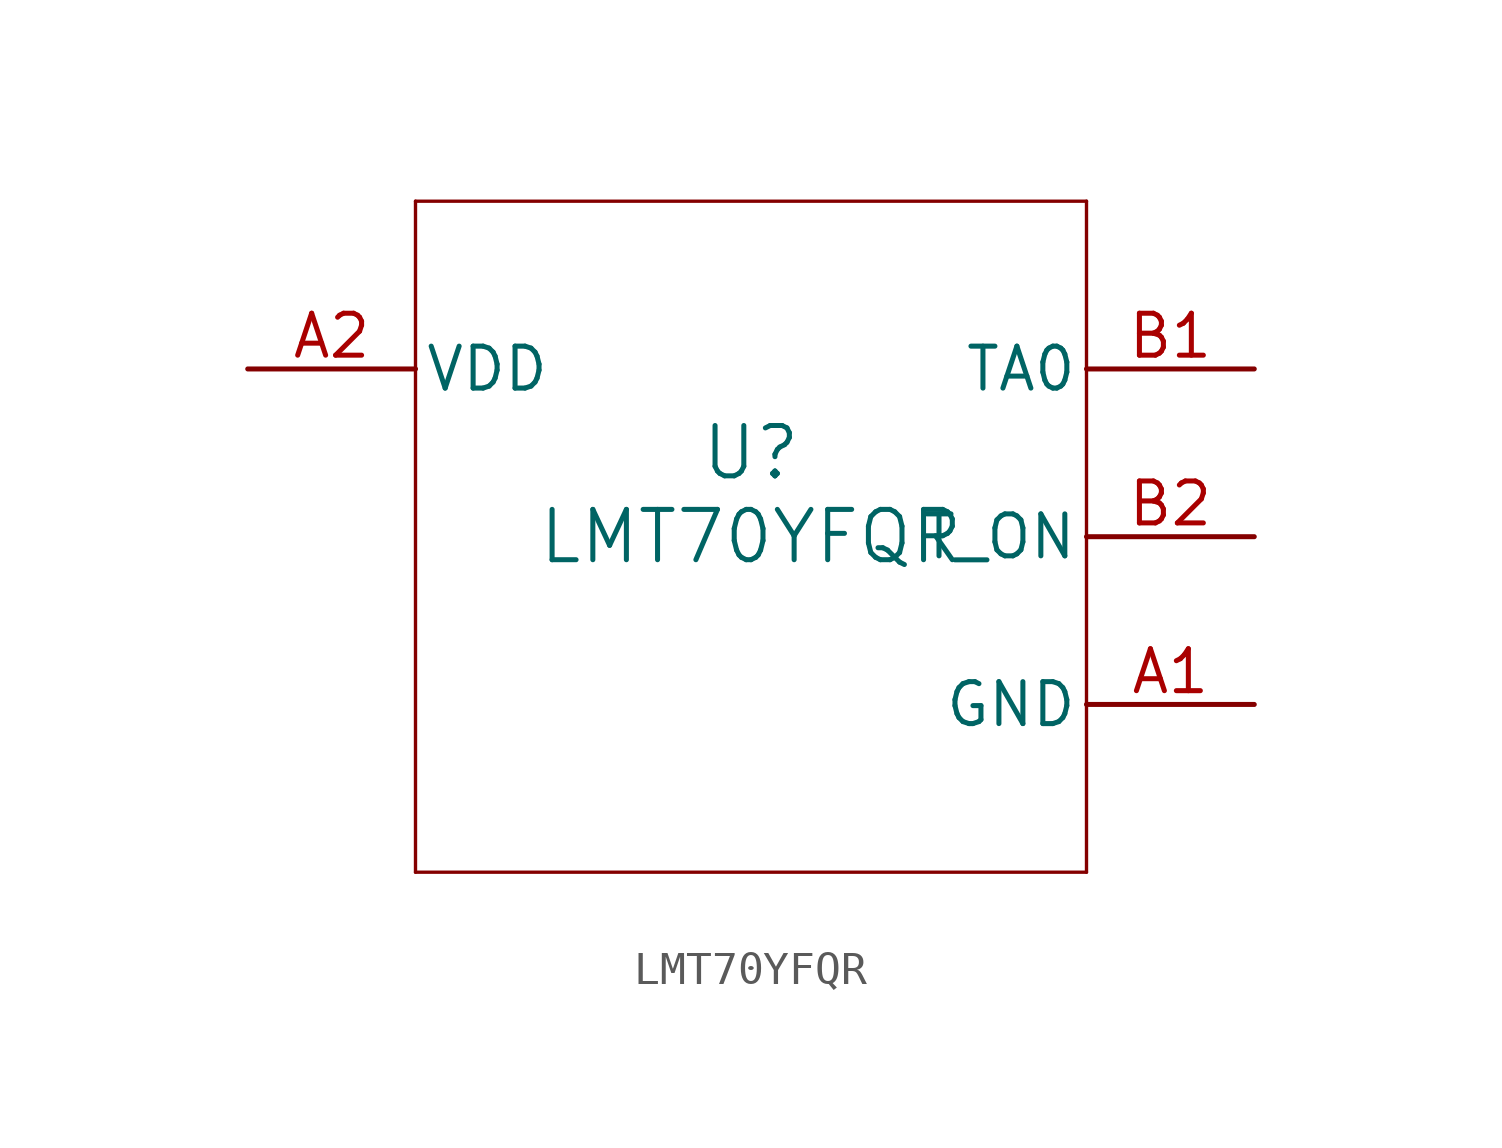
<source format=kicad_sym>
(kicad_symbol_lib
  (version 20211014)
  (generator kicad_symbol_editor)
  (symbol "LMT70YFQR"
    (pin_names
      (offset 0.254))
    (property "Reference" "U"
      (at 0 2.54 0)
      (effects (font (size 1.524 1.524))))
    (property "Value" "LMT70YFQR"
      (at 0 0 0)
      (effects (font (size 1.524 1.524))))
    (symbol "LMT70YFQR_0_1"
      (polyline (pts (xy -10.16 -10.16) (xy 10.16 -10.16)) (stroke (width 0.102) (type default) (color 0 0 0 0)) (fill (type none)))
      (polyline (pts (xy 10.16 -10.16) (xy 10.16 10.16)) (stroke (width 0.102) (type default) (color 0 0 0 0)) (fill (type none)))
      (polyline (pts (xy 10.16 10.16) (xy -10.16 10.16)) (stroke (width 0.102) (type default) (color 0 0 0 0)) (fill (type none)))
      (polyline (pts (xy -10.16 10.16) (xy -10.16 -10.16)) (stroke (width 0.102) (type default) (color 0 0 0 0)) (fill (type none)))
      (pin power_in line (at 15.24 -5.08 180) (length 5.08) (name "GND" (effects (font (size 1.27 1.27)))) (number "A1" (effects (font (size 1.27 1.27)))))
      (pin power_in line (at -15.24 5.08 0) (length 5.08) (name "VDD" (effects (font (size 1.27 1.27)))) (number "A2" (effects (font (size 1.27 1.27)))))
      (pin output line (at 15.24 5.08 180) (length 5.08) (name "TA0" (effects (font (size 1.27 1.27)))) (number "B1" (effects (font (size 1.27 1.27)))))
      (pin input line (at 15.24 0 180) (length 5.08) (name "T_ON" (effects (font (size 1.27 1.27)))) (number "B2" (effects (font (size 1.27 1.27))))))))
</source>
